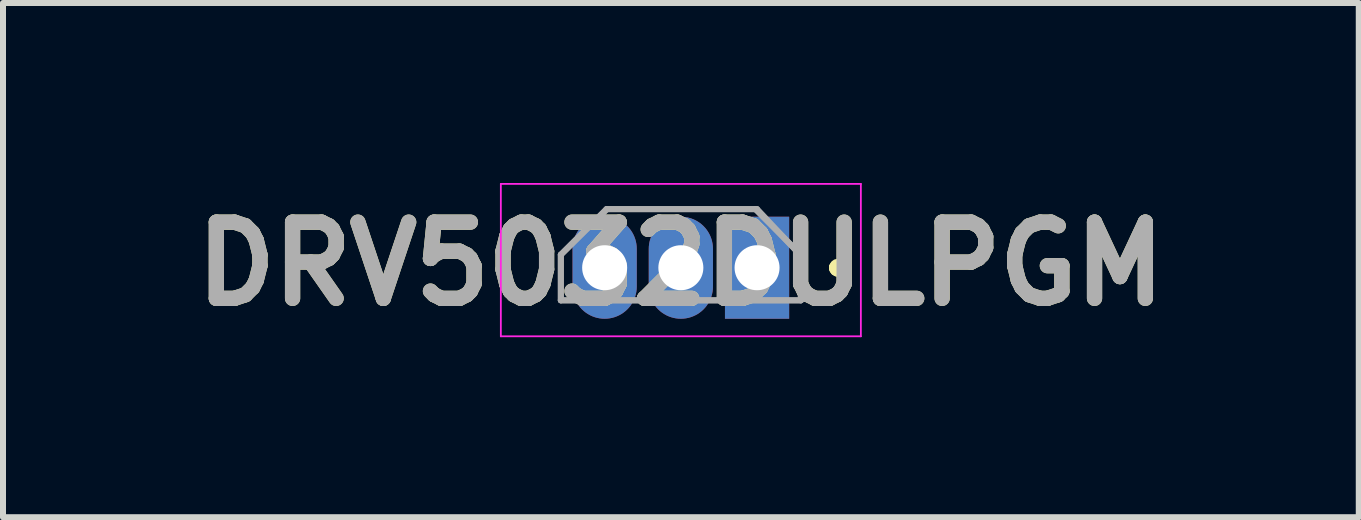
<source format=kicad_pcb>
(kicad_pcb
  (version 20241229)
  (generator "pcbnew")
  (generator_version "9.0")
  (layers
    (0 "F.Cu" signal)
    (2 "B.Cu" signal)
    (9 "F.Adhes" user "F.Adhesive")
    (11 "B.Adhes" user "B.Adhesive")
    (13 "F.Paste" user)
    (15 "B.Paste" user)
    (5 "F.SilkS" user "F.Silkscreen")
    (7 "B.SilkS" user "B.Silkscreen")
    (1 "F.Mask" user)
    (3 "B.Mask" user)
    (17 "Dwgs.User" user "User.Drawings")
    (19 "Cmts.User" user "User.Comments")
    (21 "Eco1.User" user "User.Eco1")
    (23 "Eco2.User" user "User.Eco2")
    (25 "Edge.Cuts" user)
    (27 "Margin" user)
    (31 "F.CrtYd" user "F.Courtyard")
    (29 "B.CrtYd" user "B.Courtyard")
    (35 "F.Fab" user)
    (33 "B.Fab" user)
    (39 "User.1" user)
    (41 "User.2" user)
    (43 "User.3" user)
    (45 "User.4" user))
  (footprint "DRV5032DULPGM"
    (layer "F.Cu")
    (at 9.567 1.412)
    (property "Reference" "DRV5032DULPGM" (at -1.27 -0.064 0) (layer "F.SilkS") (effects (font (size 1.27 1.27) (thickness 0.254))))
    (attr through_hole)
    (fp_line (start 1.3 0) (end 1.3 0) (stroke (width 0.2) (type solid)) (layer "F.SilkS"))
    (fp_line (start 1.3 0) (end 1.3 0) (stroke (width 0.2) (type solid)) (layer "F.SilkS"))
    (fp_line (start 1.4 0) (end 1.4 0) (stroke (width 0.2) (type solid)) (layer "F.SilkS"))
    (fp_arc (start 1.3 0) (mid 1.35 -0.05) (end 1.4 0) (stroke (width 0.2) (type solid)) (layer "F.SilkS"))
    (fp_arc (start 1.4 0) (mid 1.35 0.05) (end 1.3 0) (stroke (width 0.2) (type solid)) (layer "F.SilkS"))
    (fp_arc (start 1.4 0) (mid 1.35 0.05) (end 1.3 0) (stroke (width 0.2) (type solid)) (layer "F.SilkS"))
    (fp_line (start -4.27 -1.397) (end 1.73 -1.397) (stroke (width 0.03) (type solid)) (layer "F.CrtYd"))
    (fp_line (start -4.27 1.143) (end -4.27 -1.397) (stroke (width 0.03) (type solid)) (layer "F.CrtYd"))
    (fp_line (start 1.73 -1.397) (end 1.73 1.143) (stroke (width 0.03) (type solid)) (layer "F.CrtYd"))
    (fp_line (start 1.73 1.143) (end -4.27 1.143) (stroke (width 0.03) (type solid)) (layer "F.CrtYd"))
    (fp_line (start -3.27 -0.217) (end -3.27 0.543) (stroke (width 0.1) (type solid)) (layer "F.Fab"))
    (fp_line (start -3.27 -0.217) (end -2.51 -0.977) (stroke (width 0.1) (type solid)) (layer "F.Fab"))
    (fp_line (start -3.27 0.543) (end -3.27 -0.217) (stroke (width 0.1) (type solid)) (layer "F.Fab"))
    (fp_line (start -3.27 0.543) (end -1.2 0.543) (stroke (width 0.1) (type solid)) (layer "F.Fab"))
    (fp_line (start -2.51 -0.977) (end -0.03 -0.977) (stroke (width 0.1) (type solid)) (layer "F.Fab"))
    (fp_line (start -2.5 -0.977) (end -3.27 -0.217) (stroke (width 0.1) (type solid)) (layer "F.Fab"))
    (fp_line (start -1.2 0.543) (end 0.73 0.543) (stroke (width 0.1) (type solid)) (layer "F.Fab"))
    (fp_line (start -0.03 -0.977) (end 0.73 -0.217) (stroke (width 0.1) (type solid)) (layer "F.Fab"))
    (fp_line (start 0 -0.977) (end -2.5 -0.977) (stroke (width 0.1) (type solid)) (layer "F.Fab"))
    (fp_line (start 0.73 -0.217) (end 0.73 0.543) (stroke (width 0.1) (type solid)) (layer "F.Fab"))
    (fp_line (start 0.73 -0.2) (end 0 -0.977) (stroke (width 0.1) (type solid)) (layer "F.Fab"))
    (fp_line (start 0.73 0.543) (end -3.27 0.543) (stroke (width 0.1) (type solid)) (layer "F.Fab"))
    (fp_line (start 0.73 0.543) (end 0.73 -0.2) (stroke (width 0.1) (type solid)) (layer "F.Fab"))
    (fp_text user "${REFERENCE}" (at -1.27 -0.064 0) (layer "F.Fab") (effects (font (size 1.27 1.27) (thickness 0.254))))
    (pad "1" thru_hole rect (at 0 0) (size 1.07 1.7) (drill 0.75) (layers "*.Cu" "*.Mask"))
    (pad "2" thru_hole oval (at -1.27 0) (size 1.07 1.7) (drill 0.75) (layers "*.Cu" "*.Mask"))
    (pad "3" thru_hole oval (at -2.54 0) (size 1.07 1.7) (drill 0.75) (layers "*.Cu" "*.Mask")))
  (gr_rect
    (start -3 -3)
    (end 19.595 5.57)
    (stroke (width 0.1) (type default))
    (fill no)
    (layer "Edge.Cuts")))
</source>
